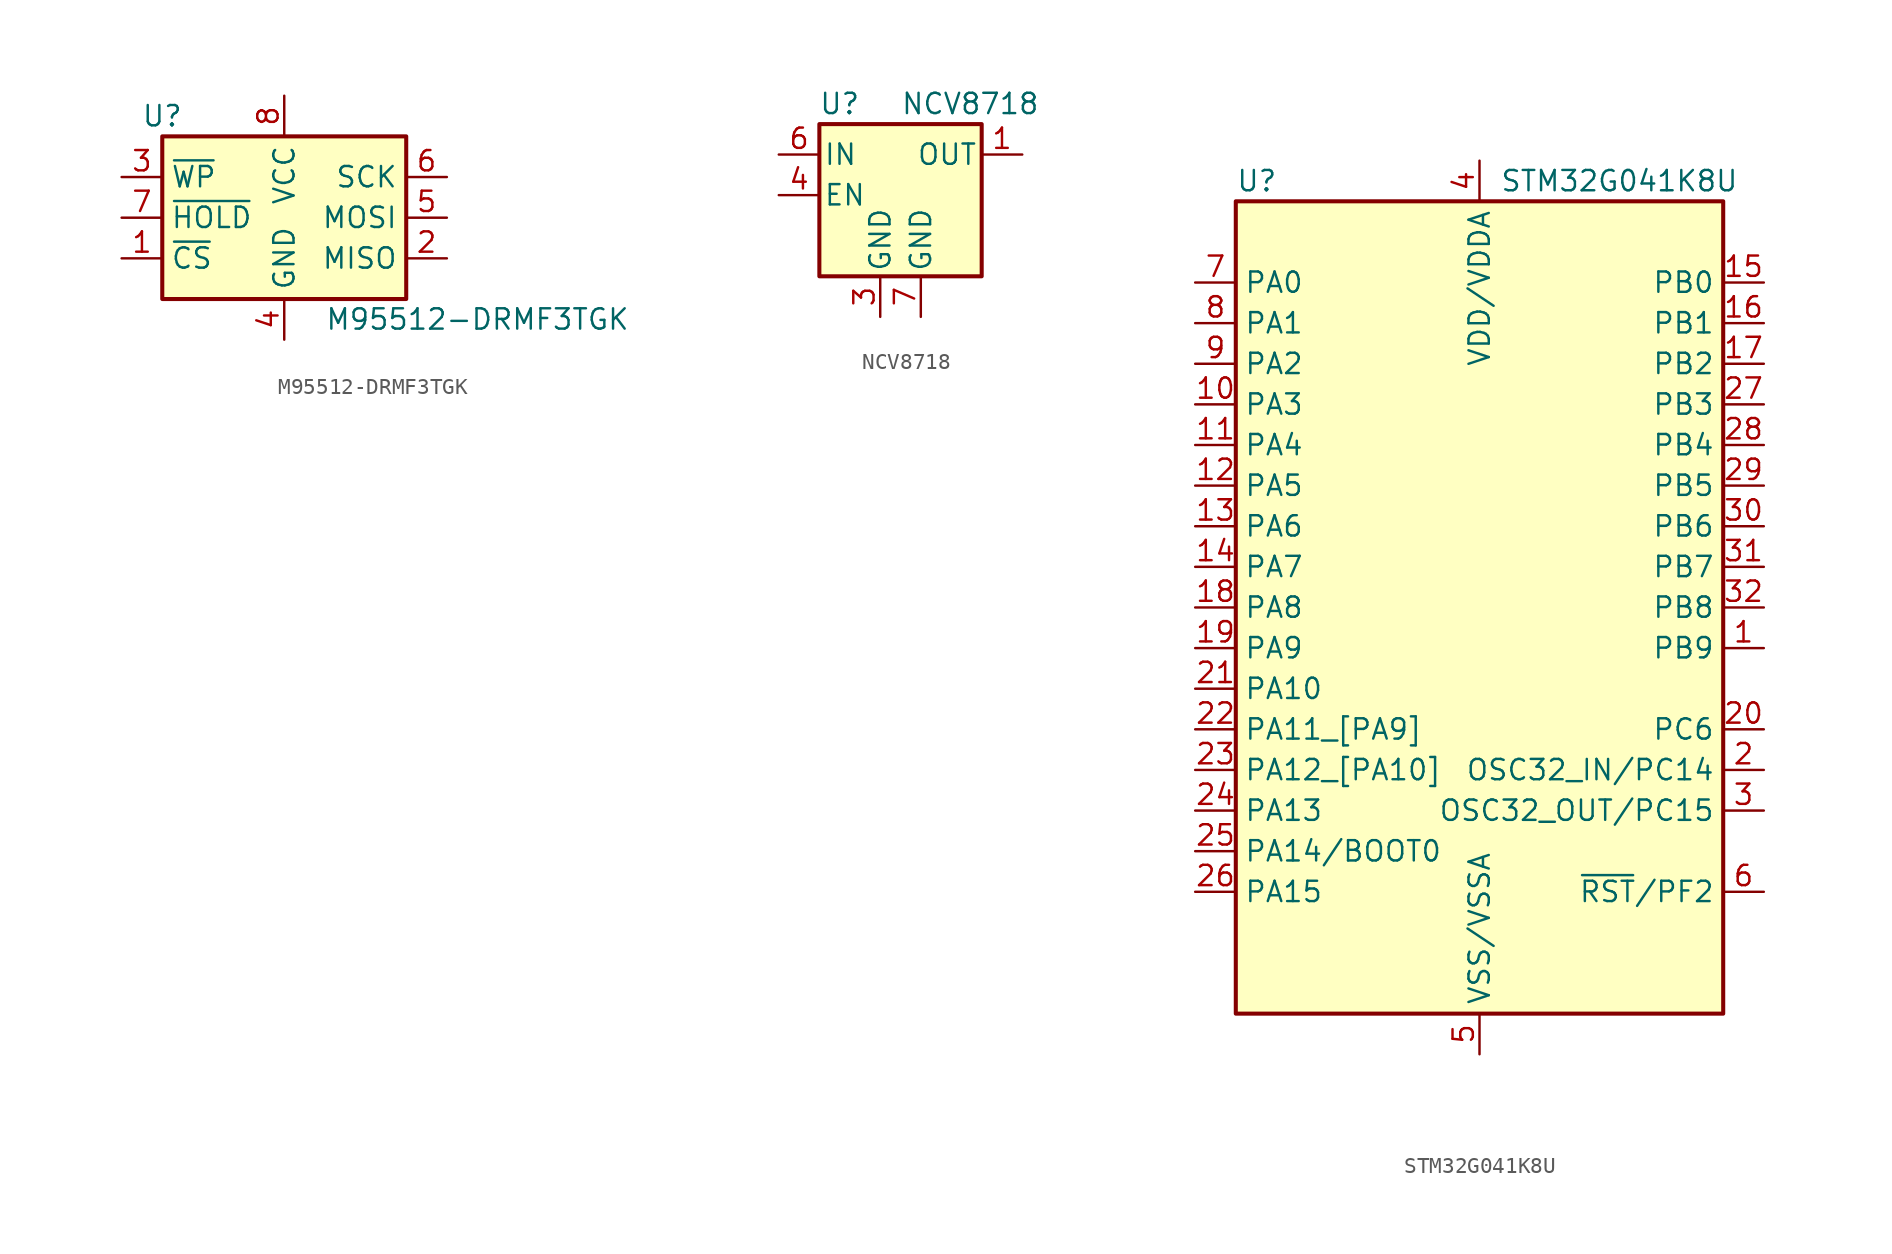
<source format=kicad_sym>
(kicad_symbol_lib
  (version 20220331)
  (generator kicad_symbol_editor)
  (symbol "M95512-DRMF3TGK"
    (property "Reference" "U"
      (at -7.62 6.35 0)
      (effects (font (size 1.27 1.27))))
    (property "Value" "M95512-DRMF3TGK"
      (at 2.54 -6.35 0)
      (effects (font (size 1.27 1.27)) (justify left)))
    (symbol "M95512-DRMF3TGK_1_1"
      (rectangle (start -7.62 5.08) (end 7.62 -5.08) (stroke (width 0.254) (type default)) (fill (type background)))
      (pin input line (at -10.16 -2.54 0) (length 2.54) (name "~{CS}" (effects (font (size 1.27 1.27)))) (number "1" (effects (font (size 1.27 1.27)))))
      (pin tri_state line (at 10.16 -2.54 180) (length 2.54) (name "MISO" (effects (font (size 1.27 1.27)))) (number "2" (effects (font (size 1.27 1.27)))))
      (pin input line (at -10.16 2.54 0) (length 2.54) (name "~{WP}" (effects (font (size 1.27 1.27)))) (number "3" (effects (font (size 1.27 1.27)))))
      (pin power_in line (at 0 -7.62 90) (length 2.54) (name "GND" (effects (font (size 1.27 1.27)))) (number "4" (effects (font (size 1.27 1.27)))))
      (pin input line (at 10.16 0 180) (length 2.54) (name "MOSI" (effects (font (size 1.27 1.27)))) (number "5" (effects (font (size 1.27 1.27)))))
      (pin input line (at 10.16 2.54 180) (length 2.54) (name "SCK" (effects (font (size 1.27 1.27)))) (number "6" (effects (font (size 1.27 1.27)))))
      (pin input line (at -10.16 0 0) (length 2.54) (name "~{HOLD}" (effects (font (size 1.27 1.27)))) (number "7" (effects (font (size 1.27 1.27)))))
      (pin power_in line (at 0 7.62 270) (length 2.54) (name "VCC" (effects (font (size 1.27 1.27)))) (number "8" (effects (font (size 1.27 1.27)))))))
  (symbol "NCV8718"
    (pin_names
      (offset 0.254))
    (property "Reference" "U"
      (at -3.81 5.715 0)
      (effects (font (size 1.27 1.27))))
    (property "Value" "NCV8718"
      (at 0 5.715 0)
      (effects (font (size 1.27 1.27)) (justify left)))
    (symbol "NCV8718_0_1"
      (rectangle (start -5.08 4.445) (end 5.08 -5.08) (stroke (width 0.254) (type default)) (fill (type background))))
    (symbol "NCV8718_1_0"
      (pin power_in line (at 1.27 -7.62 90) (length 2.54) (name "GND" (effects (font (size 1.27 1.27)))) (number "7" (effects (font (size 1.27 1.27))))))
    (symbol "NCV8718_1_1"
      (pin power_out line (at 7.62 2.54 180) (length 2.54) (name "OUT" (effects (font (size 1.27 1.27)))) (number "1" (effects (font (size 1.27 1.27)))))
      (pin no_connect line (at 7.62 -1.27 180) (length 2.54) hide (name "NC" (effects (font (size 1.27 1.27)))) (number "2" (effects (font (size 1.27 1.27)))))
      (pin power_in line (at -1.27 -7.62 90) (length 2.54) (name "GND" (effects (font (size 1.27 1.27)))) (number "3" (effects (font (size 1.27 1.27)))))
      (pin input line (at -7.62 0 0) (length 2.54) (name "EN" (effects (font (size 1.27 1.27)))) (number "4" (effects (font (size 1.27 1.27)))))
      (pin no_connect line (at 7.62 -3.81 180) (length 2.54) hide (name "NC" (effects (font (size 1.27 1.27)))) (number "5" (effects (font (size 1.27 1.27)))))
      (pin power_in line (at -7.62 2.54 0) (length 2.54) (name "IN" (effects (font (size 1.27 1.27)))) (number "6" (effects (font (size 1.27 1.27)))))))
  (symbol "STM32G041K8U"
    (property "Reference" "U"
      (at -15.24 26.67 0)
      (effects (font (size 1.27 1.27)) (justify left)))
    (property "Value" "STM32G041K8U"
      (at 1.27 26.67 0)
      (effects (font (size 1.27 1.27)) (justify left)))
    (symbol "STM32G041K8U_0_1"
      (rectangle (start -15.24 25.4) (end 15.24 -25.4) (stroke (width 0.254) (type default)) (fill (type background))))
    (symbol "STM32G041K8U_1_1"
      (pin bidirectional line (at 17.78 -2.54 180) (length 2.54) (name "PB9" (effects (font (size 1.27 1.27)))) (number "1" (effects (font (size 1.27 1.27)))))
      (pin bidirectional line (at -17.78 12.7 0) (length 2.54) (name "PA3" (effects (font (size 1.27 1.27)))) (number "10" (effects (font (size 1.27 1.27)))))
      (pin bidirectional line (at -17.78 10.16 0) (length 2.54) (name "PA4" (effects (font (size 1.27 1.27)))) (number "11" (effects (font (size 1.27 1.27)))))
      (pin bidirectional line (at -17.78 7.62 0) (length 2.54) (name "PA5" (effects (font (size 1.27 1.27)))) (number "12" (effects (font (size 1.27 1.27)))))
      (pin bidirectional line (at -17.78 5.08 0) (length 2.54) (name "PA6" (effects (font (size 1.27 1.27)))) (number "13" (effects (font (size 1.27 1.27)))))
      (pin bidirectional line (at -17.78 2.54 0) (length 2.54) (name "PA7" (effects (font (size 1.27 1.27)))) (number "14" (effects (font (size 1.27 1.27)))))
      (pin bidirectional line (at 17.78 20.32 180) (length 2.54) (name "PB0" (effects (font (size 1.27 1.27)))) (number "15" (effects (font (size 1.27 1.27)))))
      (pin bidirectional line (at 17.78 17.78 180) (length 2.54) (name "PB1" (effects (font (size 1.27 1.27)))) (number "16" (effects (font (size 1.27 1.27)))))
      (pin bidirectional line (at 17.78 15.24 180) (length 2.54) (name "PB2" (effects (font (size 1.27 1.27)))) (number "17" (effects (font (size 1.27 1.27)))))
      (pin bidirectional line (at -17.78 0 0) (length 2.54) (name "PA8" (effects (font (size 1.27 1.27)))) (number "18" (effects (font (size 1.27 1.27)))))
      (pin bidirectional line (at -17.78 -2.54 0) (length 2.54) (name "PA9" (effects (font (size 1.27 1.27)))) (number "19" (effects (font (size 1.27 1.27)))))
      (pin bidirectional line (at 17.78 -10.16 180) (length 2.54) (name "OSC32_IN/PC14" (effects (font (size 1.27 1.27)))) (number "2" (effects (font (size 1.27 1.27)))))
      (pin bidirectional line (at 17.78 -7.62 180) (length 2.54) (name "PC6" (effects (font (size 1.27 1.27)))) (number "20" (effects (font (size 1.27 1.27)))))
      (pin bidirectional line (at -17.78 -5.08 0) (length 2.54) (name "PA10" (effects (font (size 1.27 1.27)))) (number "21" (effects (font (size 1.27 1.27)))))
      (pin bidirectional line (at -17.78 -7.62 0) (length 2.54) (name "PA11_[PA9]" (effects (font (size 1.27 1.27)))) (number "22" (effects (font (size 1.27 1.27)))))
      (pin bidirectional line (at -17.78 -10.16 0) (length 2.54) (name "PA12_[PA10]" (effects (font (size 1.27 1.27)))) (number "23" (effects (font (size 1.27 1.27)))))
      (pin bidirectional line (at -17.78 -12.7 0) (length 2.54) (name "PA13" (effects (font (size 1.27 1.27)))) (number "24" (effects (font (size 1.27 1.27)))))
      (pin bidirectional line (at -17.78 -15.24 0) (length 2.54) (name "PA14/BOOT0" (effects (font (size 1.27 1.27)))) (number "25" (effects (font (size 1.27 1.27)))))
      (pin bidirectional line (at -17.78 -17.78 0) (length 2.54) (name "PA15" (effects (font (size 1.27 1.27)))) (number "26" (effects (font (size 1.27 1.27)))))
      (pin bidirectional line (at 17.78 12.7 180) (length 2.54) (name "PB3" (effects (font (size 1.27 1.27)))) (number "27" (effects (font (size 1.27 1.27)))))
      (pin bidirectional line (at 17.78 10.16 180) (length 2.54) (name "PB4" (effects (font (size 1.27 1.27)))) (number "28" (effects (font (size 1.27 1.27)))))
      (pin bidirectional line (at 17.78 7.62 180) (length 2.54) (name "PB5" (effects (font (size 1.27 1.27)))) (number "29" (effects (font (size 1.27 1.27)))))
      (pin bidirectional line (at 17.78 -12.7 180) (length 2.54) (name "OSC32_OUT/PC15" (effects (font (size 1.27 1.27)))) (number "3" (effects (font (size 1.27 1.27)))))
      (pin bidirectional line (at 17.78 5.08 180) (length 2.54) (name "PB6" (effects (font (size 1.27 1.27)))) (number "30" (effects (font (size 1.27 1.27)))))
      (pin bidirectional line (at 17.78 2.54 180) (length 2.54) (name "PB7" (effects (font (size 1.27 1.27)))) (number "31" (effects (font (size 1.27 1.27)))))
      (pin bidirectional line (at 17.78 0 180) (length 2.54) (name "PB8" (effects (font (size 1.27 1.27)))) (number "32" (effects (font (size 1.27 1.27)))))
      (pin passive line (at 0 -27.94 90) (length 2.54) hide (name "VSS/VSSA" (effects (font (size 1.27 1.27)))) (number "33" (effects (font (size 1.27 1.27)))))
      (pin power_in line (at 0 27.94 270) (length 2.54) (name "VDD/VDDA" (effects (font (size 1.27 1.27)))) (number "4" (effects (font (size 1.27 1.27)))))
      (pin power_in line (at 0 -27.94 90) (length 2.54) (name "VSS/VSSA" (effects (font (size 1.27 1.27)))) (number "5" (effects (font (size 1.27 1.27)))))
      (pin bidirectional line (at 17.78 -17.78 180) (length 2.54) (name "~{RST}/PF2" (effects (font (size 1.27 1.27)))) (number "6" (effects (font (size 1.27 1.27)))))
      (pin bidirectional line (at -17.78 20.32 0) (length 2.54) (name "PA0" (effects (font (size 1.27 1.27)))) (number "7" (effects (font (size 1.27 1.27)))))
      (pin bidirectional line (at -17.78 17.78 0) (length 2.54) (name "PA1" (effects (font (size 1.27 1.27)))) (number "8" (effects (font (size 1.27 1.27)))))
      (pin bidirectional line (at -17.78 15.24 0) (length 2.54) (name "PA2" (effects (font (size 1.27 1.27)))) (number "9" (effects (font (size 1.27 1.27))))))))
</source>
